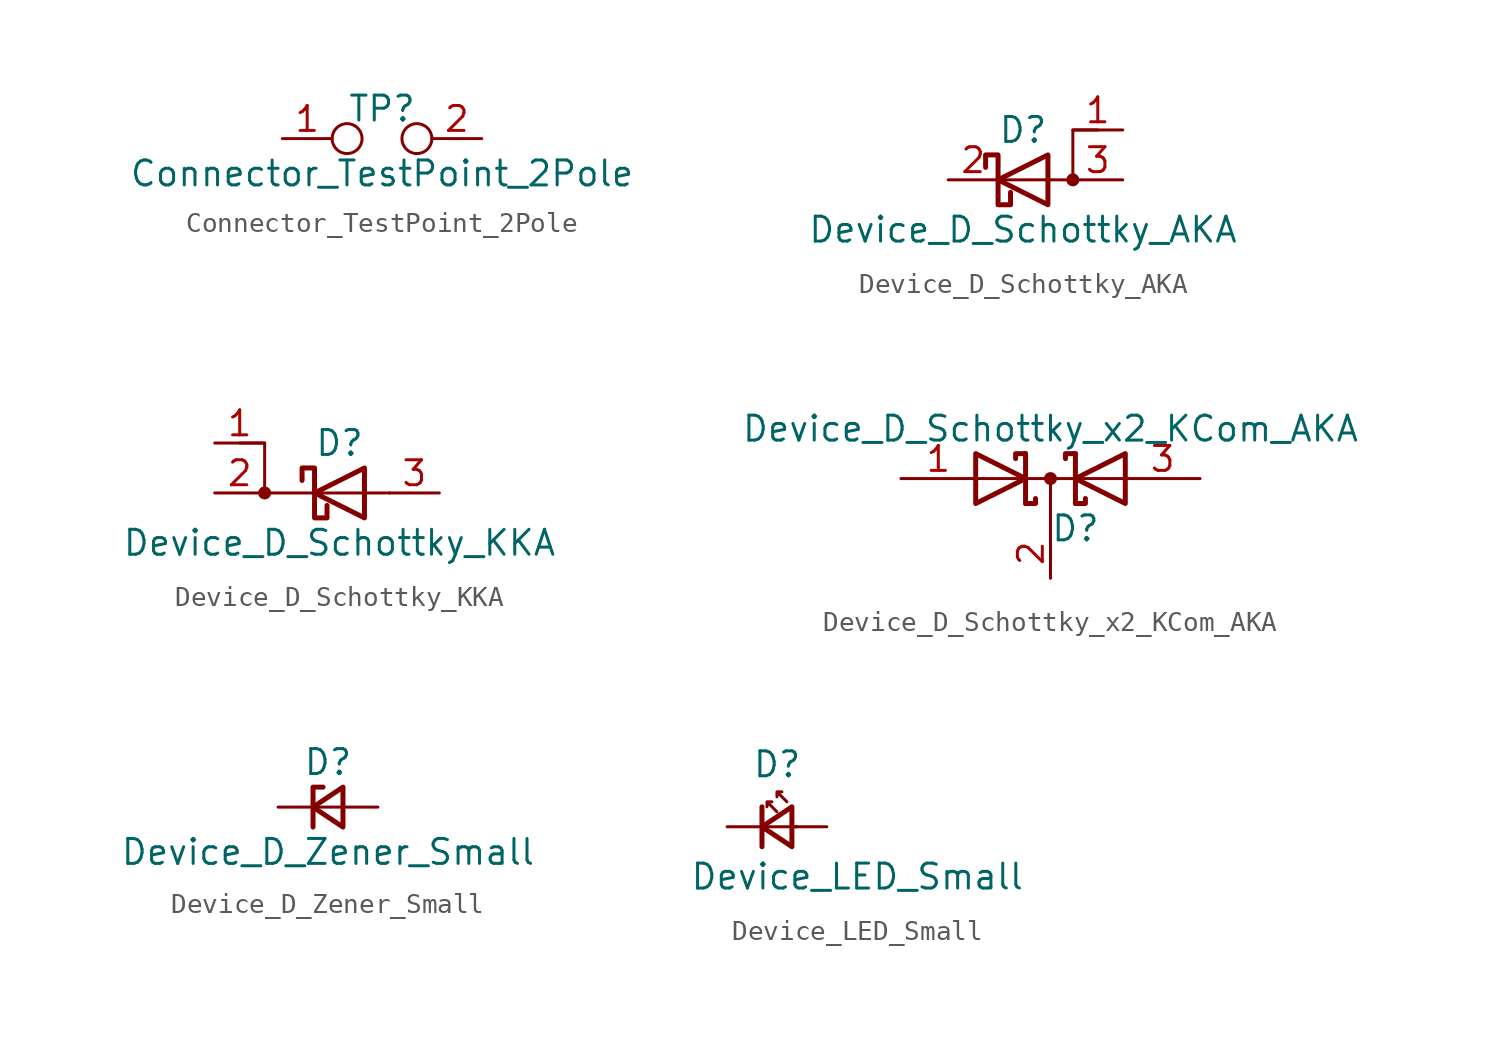
<source format=kicad_sym>
(kicad_symbol_lib
  (version 20211014)
  (generator kicad_symbol_editor)
  (symbol "Connector_TestPoint_2Pole"
    (pin_names
      (offset 0.762) hide)
    (property "Reference" "TP"
      (at 0 1.524 0)
      (effects (font (size 1.27 1.27))))
    (property "Value" "Connector_TestPoint_2Pole"
      (at 0 -1.778 0)
      (effects (font (size 1.27 1.27))))
    (symbol "Connector_TestPoint_2Pole_0_1"
      (circle (center -1.778 0) (radius 0.762) (stroke (width 0) (type default) (color 0 0 0 0)) (fill (type none)))
      (circle (center 1.778 0) (radius 0.762) (stroke (width 0) (type default) (color 0 0 0 0)) (fill (type none)))
      (pin passive line (at -5.08 0 0) (length 2.54) (name "1" (effects (font (size 1.27 1.27)))) (number "1" (effects (font (size 1.27 1.27)))))
      (pin passive line (at 5.08 0 180) (length 2.54) (name "2" (effects (font (size 1.27 1.27)))) (number "2" (effects (font (size 1.27 1.27)))))))
  (symbol "Device_D_Schottky_AKA"
    (pin_names
      (offset 0) hide)
    (property "Reference" "D"
      (at 0 2.54 0)
      (effects (font (size 1.27 1.27))))
    (property "Value" "Device_D_Schottky_AKA"
      (at 0 -2.54 0)
      (effects (font (size 1.27 1.27))))
    (symbol "Device_D_Schottky_AKA_0_1"
      (polyline (pts (xy 1.27 1.27) (xy 1.27 -1.27) (xy -1.27 0) (xy 1.27 1.27)) (stroke (width 0.254) (type default) (color 0 0 0 0)) (fill (type none)))
      (polyline (pts (xy 3.81 2.54) (xy 2.54 2.54) (xy 2.54 0) (xy -1.27 0)) (stroke (width 0) (type default) (color 0 0 0 0)) (fill (type none)))
      (polyline (pts (xy -1.905 0.635) (xy -1.905 1.27) (xy -1.27 1.27) (xy -1.27 -1.27) (xy -0.635 -1.27) (xy -0.635 -0.635)) (stroke (width 0.254) (type default) (color 0 0 0 0)) (fill (type none)))
      (circle (center 2.54 0) (radius 0.254) (stroke (width 0) (type default) (color 0 0 0 0)) (fill (type outline))))
    (symbol "Device_D_Schottky_AKA_1_1"
      (pin input line (at 5.08 2.54 180) (length 2.54) (name "A" (effects (font (size 1.27 1.27)))) (number "1" (effects (font (size 1.27 1.27)))))
      (pin passive line (at -3.81 0 0) (length 2.54) (name "K" (effects (font (size 1.27 1.27)))) (number "2" (effects (font (size 1.27 1.27)))))
      (pin passive line (at 5.08 0 180) (length 2.54) (name "A" (effects (font (size 1.27 1.27)))) (number "3" (effects (font (size 1.27 1.27)))))))
  (symbol "Device_D_Schottky_KKA"
    (pin_names
      (offset 0) hide)
    (property "Reference" "D"
      (at 0 2.54 0)
      (effects (font (size 1.27 1.27))))
    (property "Value" "Device_D_Schottky_KKA"
      (at 0 -2.54 0)
      (effects (font (size 1.27 1.27))))
    (symbol "Device_D_Schottky_KKA_0_1"
      (circle (center -3.81 0) (radius 0.254) (stroke (width 0) (type default) (color 0 0 0 0)) (fill (type outline)))
      (polyline (pts (xy -5.08 2.54) (xy -3.81 2.54) (xy -3.81 0) (xy 2.54 0)) (stroke (width 0) (type default) (color 0 0 0 0)) (fill (type none)))
      (polyline (pts (xy 1.27 1.27) (xy 1.27 -1.27) (xy -1.27 0) (xy 1.27 1.27)) (stroke (width 0.254) (type default) (color 0 0 0 0)) (fill (type none)))
      (polyline (pts (xy -1.905 0.635) (xy -1.905 1.27) (xy -1.27 1.27) (xy -1.27 -1.27) (xy -0.635 -1.27) (xy -0.635 -0.635)) (stroke (width 0.254) (type default) (color 0 0 0 0)) (fill (type none))))
    (symbol "Device_D_Schottky_KKA_1_1"
      (pin input line (at -6.35 2.54 0) (length 2.54) (name "K" (effects (font (size 1.27 1.27)))) (number "1" (effects (font (size 1.27 1.27)))))
      (pin passive line (at -6.35 0 0) (length 2.54) (name "K" (effects (font (size 1.27 1.27)))) (number "2" (effects (font (size 1.27 1.27)))))
      (pin passive line (at 5.08 0 180) (length 2.54) (name "A" (effects (font (size 1.27 1.27)))) (number "3" (effects (font (size 1.27 1.27)))))))
  (symbol "Device_D_Schottky_x2_KCom_AKA"
    (pin_names
      (offset 0.762) hide)
    (property "Reference" "D"
      (at 1.27 -2.54 0)
      (effects (font (size 1.27 1.27))))
    (property "Value" "Device_D_Schottky_x2_KCom_AKA"
      (at 0 2.54 0)
      (effects (font (size 1.27 1.27))))
    (symbol "Device_D_Schottky_x2_KCom_AKA_0_1"
      (polyline (pts (xy 0 0) (xy 0 -2.54)) (stroke (width 0) (type default) (color 0 0 0 0)) (fill (type none)))
      (polyline (pts (xy 3.81 0) (xy -3.81 0)) (stroke (width 0) (type default) (color 0 0 0 0)) (fill (type none)))
      (polyline (pts (xy -1.27 -1.27) (xy -1.27 1.27) (xy -1.27 1.27)) (stroke (width 0.254) (type default) (color 0 0 0 0)) (fill (type none)))
      (polyline (pts (xy 1.27 -1.27) (xy 1.27 1.27) (xy 1.27 1.27)) (stroke (width 0.254) (type default) (color 0 0 0 0)) (fill (type none)))
      (polyline (pts (xy -1.27 -1.27) (xy -0.762 -1.27) (xy -0.762 -1.016) (xy -0.762 -1.016)) (stroke (width 0.254) (type default) (color 0 0 0 0)) (fill (type none)))
      (polyline (pts (xy 1.27 -1.27) (xy 1.778 -1.27) (xy 1.778 -1.016) (xy 1.778 -1.016)) (stroke (width 0.254) (type default) (color 0 0 0 0)) (fill (type none)))
      (polyline (pts (xy 1.27 1.27) (xy 0.762 1.27) (xy 0.762 1.016) (xy 0.762 1.016)) (stroke (width 0.254) (type default) (color 0 0 0 0)) (fill (type none)))
      (polyline (pts (xy -1.778 1.016) (xy -1.778 1.27) (xy -1.27 1.27) (xy -1.27 1.27) (xy -1.27 1.27)) (stroke (width 0.254) (type default) (color 0 0 0 0)) (fill (type none)))
      (polyline (pts (xy -3.81 1.27) (xy -1.27 0) (xy -3.81 -1.27) (xy -3.81 1.27) (xy -3.81 1.27) (xy -3.81 1.27)) (stroke (width 0.254) (type default) (color 0 0 0 0)) (fill (type none)))
      (polyline (pts (xy 3.81 -1.27) (xy 1.27 0) (xy 3.81 1.27) (xy 3.81 -1.27) (xy 3.81 -1.27) (xy 3.81 -1.27)) (stroke (width 0.254) (type default) (color 0 0 0 0)) (fill (type none)))
      (circle (center 0 0) (radius 0.254) (stroke (width 0) (type default) (color 0 0 0 0)) (fill (type outline)))
      (pin passive line (at -7.62 0 0) (length 3.81) (name "A" (effects (font (size 1.27 1.27)))) (number "1" (effects (font (size 1.27 1.27)))))
      (pin passive line (at 0 -5.08 90) (length 2.54) (name "K" (effects (font (size 1.27 1.27)))) (number "2" (effects (font (size 1.27 1.27)))))
      (pin passive line (at 7.62 0 180) (length 3.81) (name "A" (effects (font (size 1.27 1.27)))) (number "3" (effects (font (size 1.27 1.27)))))))
  (symbol "Device_D_Zener_Small"
    (pin_numbers hide)
    (pin_names
      (offset 0.254) hide)
    (property "Reference" "D"
      (at 0 2.286 0)
      (effects (font (size 1.27 1.27))))
    (property "Value" "Device_D_Zener_Small"
      (at 0 -2.286 0)
      (effects (font (size 1.27 1.27))))
    (symbol "Device_D_Zener_Small_0_1"
      (polyline (pts (xy 0.762 0) (xy -0.762 0)) (stroke (width 0) (type default) (color 0 0 0 0)) (fill (type none)))
      (polyline (pts (xy -0.254 1.016) (xy -0.762 1.016) (xy -0.762 -1.016)) (stroke (width 0.254) (type default) (color 0 0 0 0)) (fill (type none)))
      (polyline (pts (xy 0.762 1.016) (xy -0.762 0) (xy 0.762 -1.016) (xy 0.762 1.016)) (stroke (width 0.254) (type default) (color 0 0 0 0)) (fill (type none))))
    (symbol "Device_D_Zener_Small_1_1"
      (pin passive line (at -2.54 0 0) (length 1.778) (name "K" (effects (font (size 1.27 1.27)))) (number "1" (effects (font (size 1.27 1.27)))))
      (pin passive line (at 2.54 0 180) (length 1.778) (name "A" (effects (font (size 1.27 1.27)))) (number "2" (effects (font (size 1.27 1.27)))))))
  (symbol "Device_LED_Small"
    (pin_numbers hide)
    (pin_names
      (offset 0.254) hide)
    (property "Reference" "D"
      (at -1.27 3.175 0)
      (effects (font (size 1.27 1.27)) (justify left)))
    (property "Value" "Device_LED_Small"
      (at -4.445 -2.54 0)
      (effects (font (size 1.27 1.27)) (justify left)))
    (symbol "Device_LED_Small_0_1"
      (polyline (pts (xy -0.762 -1.016) (xy -0.762 1.016)) (stroke (width 0.254) (type default) (color 0 0 0 0)) (fill (type none)))
      (polyline (pts (xy 1.016 0) (xy -0.762 0)) (stroke (width 0) (type default) (color 0 0 0 0)) (fill (type none)))
      (polyline (pts (xy 0.762 -1.016) (xy -0.762 0) (xy 0.762 1.016) (xy 0.762 -1.016)) (stroke (width 0.254) (type default) (color 0 0 0 0)) (fill (type none)))
      (polyline (pts (xy 0 0.762) (xy -0.508 1.27) (xy -0.254 1.27) (xy -0.508 1.27) (xy -0.508 1.016)) (stroke (width 0) (type default) (color 0 0 0 0)) (fill (type none)))
      (polyline (pts (xy 0.508 1.27) (xy 0 1.778) (xy 0.254 1.778) (xy 0 1.778) (xy 0 1.524)) (stroke (width 0) (type default) (color 0 0 0 0)) (fill (type none))))
    (symbol "Device_LED_Small_1_1"
      (pin passive line (at -2.54 0 0) (length 1.778) (name "K" (effects (font (size 1.27 1.27)))) (number "1" (effects (font (size 1.27 1.27)))))
      (pin passive line (at 2.54 0 180) (length 1.778) (name "A" (effects (font (size 1.27 1.27)))) (number "2" (effects (font (size 1.27 1.27))))))))
</source>
